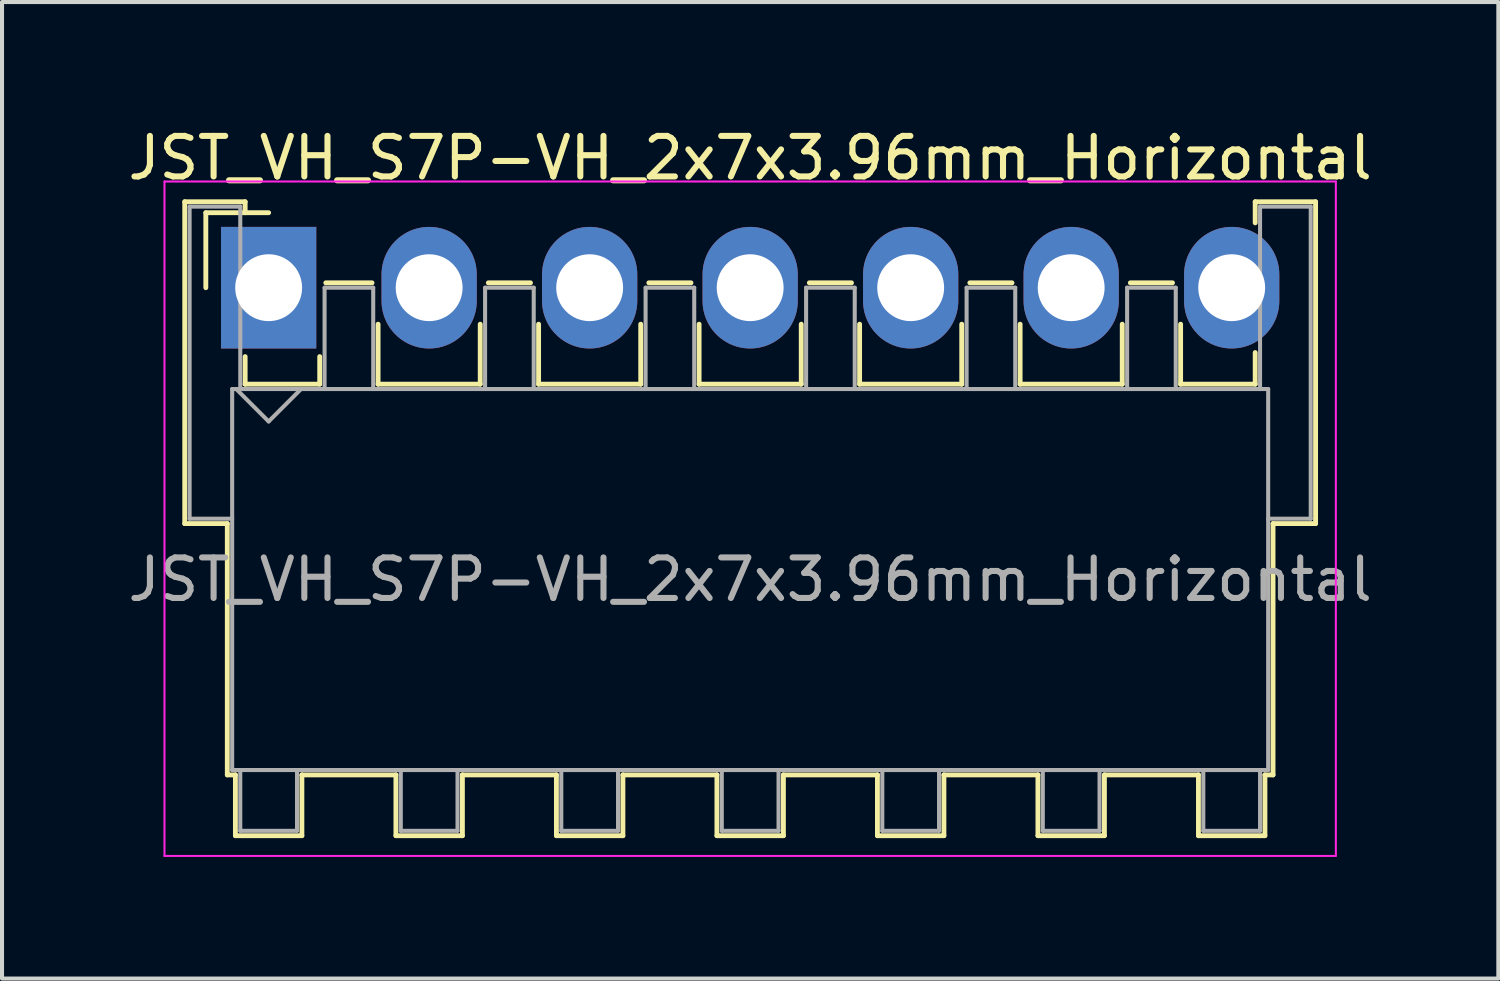
<source format=kicad_pcb>
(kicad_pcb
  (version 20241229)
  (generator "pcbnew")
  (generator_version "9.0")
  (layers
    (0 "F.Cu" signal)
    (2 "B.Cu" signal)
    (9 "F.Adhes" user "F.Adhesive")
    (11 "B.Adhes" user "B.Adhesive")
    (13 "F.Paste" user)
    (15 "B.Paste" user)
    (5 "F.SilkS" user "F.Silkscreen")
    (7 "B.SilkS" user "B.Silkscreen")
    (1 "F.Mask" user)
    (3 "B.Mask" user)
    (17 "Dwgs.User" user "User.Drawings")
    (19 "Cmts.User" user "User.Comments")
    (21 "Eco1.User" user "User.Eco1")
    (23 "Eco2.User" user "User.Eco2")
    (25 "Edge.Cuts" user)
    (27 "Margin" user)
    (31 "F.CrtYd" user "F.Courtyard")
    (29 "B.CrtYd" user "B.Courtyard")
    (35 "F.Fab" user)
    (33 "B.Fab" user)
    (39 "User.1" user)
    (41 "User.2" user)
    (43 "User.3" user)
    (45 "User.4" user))
  (footprint "JST_VH_S7P-VH_2x7x3.96mm_Horizontal"
    (layer "F.Cu")
    (at 3.578 4.048)
    (property "Reference" "JST_VH_S7P-VH_2x7x3.96mm_Horizontal" (at 11.88 -3.2 0) (layer "F.SilkS") (effects (font (size 1 1) (thickness 0.15))))
    (attr through_hole)
    (fp_line (start -2.07 -2.12) (end -0.58 -2.12) (stroke (width 0.12) (type solid)) (layer "F.SilkS"))
    (fp_line (start -2.07 5.82) (end -2.07 -2.12) (stroke (width 0.12) (type solid)) (layer "F.SilkS"))
    (fp_line (start -1.55 -1.85) (end -1.55 0) (stroke (width 0.12) (type solid)) (layer "F.SilkS"))
    (fp_line (start -1.02 5.82) (end -2.07 5.82) (stroke (width 0.12) (type solid)) (layer "F.SilkS"))
    (fp_line (start -1.02 5.82) (end -1.02 12.02) (stroke (width 0.12) (type solid)) (layer "F.SilkS"))
    (fp_line (start -1.02 12.02) (end -0.82 12.02) (stroke (width 0.12) (type solid)) (layer "F.SilkS"))
    (fp_line (start -0.82 12.02) (end -0.82 13.52) (stroke (width 0.12) (type solid)) (layer "F.SilkS"))
    (fp_line (start -0.82 13.52) (end 0.82 13.52) (stroke (width 0.12) (type solid)) (layer "F.SilkS"))
    (fp_line (start -0.58 -2.12) (end -0.58 -1.85) (stroke (width 0.12) (type solid)) (layer "F.SilkS"))
    (fp_line (start -0.58 1.7) (end -0.58 2.38) (stroke (width 0.12) (type solid)) (layer "F.SilkS"))
    (fp_line (start -0.58 2.38) (end 1.26 2.38) (stroke (width 0.12) (type solid)) (layer "F.SilkS"))
    (fp_line (start 0 -1.85) (end -1.55 -1.85) (stroke (width 0.12) (type solid)) (layer "F.SilkS"))
    (fp_line (start 0.82 12.02) (end 3.14 12.02) (stroke (width 0.12) (type solid)) (layer "F.SilkS"))
    (fp_line (start 0.82 13.52) (end 0.82 12.02) (stroke (width 0.12) (type solid)) (layer "F.SilkS"))
    (fp_line (start 1.26 2.38) (end 1.26 1.7) (stroke (width 0.12) (type solid)) (layer "F.SilkS"))
    (fp_line (start 1.41 -0.12) (end 2.55 -0.12) (stroke (width 0.12) (type solid)) (layer "F.SilkS"))
    (fp_line (start 2.7 0.9) (end 2.7 2.38) (stroke (width 0.12) (type solid)) (layer "F.SilkS"))
    (fp_line (start 2.7 2.38) (end 5.22 2.38) (stroke (width 0.12) (type solid)) (layer "F.SilkS"))
    (fp_line (start 3.14 12.02) (end 3.14 13.52) (stroke (width 0.12) (type solid)) (layer "F.SilkS"))
    (fp_line (start 3.14 13.52) (end 4.78 13.52) (stroke (width 0.12) (type solid)) (layer "F.SilkS"))
    (fp_line (start 4.78 12.02) (end 7.1 12.02) (stroke (width 0.12) (type solid)) (layer "F.SilkS"))
    (fp_line (start 4.78 13.52) (end 4.78 12.02) (stroke (width 0.12) (type solid)) (layer "F.SilkS"))
    (fp_line (start 5.22 2.38) (end 5.22 0.9) (stroke (width 0.12) (type solid)) (layer "F.SilkS"))
    (fp_line (start 5.42 -0.12) (end 6.46 -0.12) (stroke (width 0.12) (type solid)) (layer "F.SilkS"))
    (fp_line (start 6.66 0.9) (end 6.66 2.38) (stroke (width 0.12) (type solid)) (layer "F.SilkS"))
    (fp_line (start 6.66 2.38) (end 9.18 2.38) (stroke (width 0.12) (type solid)) (layer "F.SilkS"))
    (fp_line (start 7.1 12.02) (end 7.1 13.52) (stroke (width 0.12) (type solid)) (layer "F.SilkS"))
    (fp_line (start 7.1 13.52) (end 8.74 13.52) (stroke (width 0.12) (type solid)) (layer "F.SilkS"))
    (fp_line (start 8.74 12.02) (end 11.06 12.02) (stroke (width 0.12) (type solid)) (layer "F.SilkS"))
    (fp_line (start 8.74 13.52) (end 8.74 12.02) (stroke (width 0.12) (type solid)) (layer "F.SilkS"))
    (fp_line (start 9.18 2.38) (end 9.18 0.9) (stroke (width 0.12) (type solid)) (layer "F.SilkS"))
    (fp_line (start 9.38 -0.12) (end 10.42 -0.12) (stroke (width 0.12) (type solid)) (layer "F.SilkS"))
    (fp_line (start 10.62 0.9) (end 10.62 2.38) (stroke (width 0.12) (type solid)) (layer "F.SilkS"))
    (fp_line (start 10.62 2.38) (end 13.14 2.38) (stroke (width 0.12) (type solid)) (layer "F.SilkS"))
    (fp_line (start 11.06 12.02) (end 11.06 13.52) (stroke (width 0.12) (type solid)) (layer "F.SilkS"))
    (fp_line (start 11.06 13.52) (end 12.7 13.52) (stroke (width 0.12) (type solid)) (layer "F.SilkS"))
    (fp_line (start 12.7 12.02) (end 15.02 12.02) (stroke (width 0.12) (type solid)) (layer "F.SilkS"))
    (fp_line (start 12.7 13.52) (end 12.7 12.02) (stroke (width 0.12) (type solid)) (layer "F.SilkS"))
    (fp_line (start 13.14 2.38) (end 13.14 0.9) (stroke (width 0.12) (type solid)) (layer "F.SilkS"))
    (fp_line (start 13.34 -0.12) (end 14.38 -0.12) (stroke (width 0.12) (type solid)) (layer "F.SilkS"))
    (fp_line (start 14.58 0.9) (end 14.58 2.38) (stroke (width 0.12) (type solid)) (layer "F.SilkS"))
    (fp_line (start 14.58 2.38) (end 17.1 2.38) (stroke (width 0.12) (type solid)) (layer "F.SilkS"))
    (fp_line (start 15.02 12.02) (end 15.02 13.52) (stroke (width 0.12) (type solid)) (layer "F.SilkS"))
    (fp_line (start 15.02 13.52) (end 16.66 13.52) (stroke (width 0.12) (type solid)) (layer "F.SilkS"))
    (fp_line (start 16.66 12.02) (end 18.98 12.02) (stroke (width 0.12) (type solid)) (layer "F.SilkS"))
    (fp_line (start 16.66 13.52) (end 16.66 12.02) (stroke (width 0.12) (type solid)) (layer "F.SilkS"))
    (fp_line (start 17.1 2.38) (end 17.1 0.9) (stroke (width 0.12) (type solid)) (layer "F.SilkS"))
    (fp_line (start 17.3 -0.12) (end 18.34 -0.12) (stroke (width 0.12) (type solid)) (layer "F.SilkS"))
    (fp_line (start 18.54 0.9) (end 18.54 2.38) (stroke (width 0.12) (type solid)) (layer "F.SilkS"))
    (fp_line (start 18.54 2.38) (end 21.06 2.38) (stroke (width 0.12) (type solid)) (layer "F.SilkS"))
    (fp_line (start 18.98 12.02) (end 18.98 13.52) (stroke (width 0.12) (type solid)) (layer "F.SilkS"))
    (fp_line (start 18.98 13.52) (end 20.62 13.52) (stroke (width 0.12) (type solid)) (layer "F.SilkS"))
    (fp_line (start 20.62 12.02) (end 22.94 12.02) (stroke (width 0.12) (type solid)) (layer "F.SilkS"))
    (fp_line (start 20.62 13.52) (end 20.62 12.02) (stroke (width 0.12) (type solid)) (layer "F.SilkS"))
    (fp_line (start 21.06 2.38) (end 21.06 0.9) (stroke (width 0.12) (type solid)) (layer "F.SilkS"))
    (fp_line (start 21.26 -0.12) (end 22.3 -0.12) (stroke (width 0.12) (type solid)) (layer "F.SilkS"))
    (fp_line (start 22.5 0.9) (end 22.5 2.38) (stroke (width 0.12) (type solid)) (layer "F.SilkS"))
    (fp_line (start 22.5 2.38) (end 24.34 2.38) (stroke (width 0.12) (type solid)) (layer "F.SilkS"))
    (fp_line (start 22.94 12.02) (end 22.94 13.52) (stroke (width 0.12) (type solid)) (layer "F.SilkS"))
    (fp_line (start 22.94 13.52) (end 24.58 13.52) (stroke (width 0.12) (type solid)) (layer "F.SilkS"))
    (fp_line (start 24.34 -2.12) (end 25.83 -2.12) (stroke (width 0.12) (type solid)) (layer "F.SilkS"))
    (fp_line (start 24.34 -1.6) (end 24.34 -2.12) (stroke (width 0.12) (type solid)) (layer "F.SilkS"))
    (fp_line (start 24.34 2.38) (end 24.34 1.6) (stroke (width 0.12) (type solid)) (layer "F.SilkS"))
    (fp_line (start 24.58 12.02) (end 24.78 12.02) (stroke (width 0.12) (type solid)) (layer "F.SilkS"))
    (fp_line (start 24.58 13.52) (end 24.58 12.02) (stroke (width 0.12) (type solid)) (layer "F.SilkS"))
    (fp_line (start 24.78 12.02) (end 24.78 5.82) (stroke (width 0.12) (type solid)) (layer "F.SilkS"))
    (fp_line (start 25.83 -2.12) (end 25.83 5.82) (stroke (width 0.12) (type solid)) (layer "F.SilkS"))
    (fp_line (start 25.83 5.82) (end 24.78 5.82) (stroke (width 0.12) (type solid)) (layer "F.SilkS"))
    (fp_line (start -2.57 -2.62) (end -2.57 14.02) (stroke (width 0.05) (type solid)) (layer "F.CrtYd"))
    (fp_line (start -2.57 14.02) (end 26.33 14.02) (stroke (width 0.05) (type solid)) (layer "F.CrtYd"))
    (fp_line (start 26.33 -2.62) (end -2.57 -2.62) (stroke (width 0.05) (type solid)) (layer "F.CrtYd"))
    (fp_line (start 26.33 14.02) (end 26.33 -2.62) (stroke (width 0.05) (type solid)) (layer "F.CrtYd"))
    (fp_line (start -1.95 -2) (end -0.7 -2) (stroke (width 0.1) (type solid)) (layer "F.Fab"))
    (fp_line (start -1.95 5.7) (end -1.95 -2) (stroke (width 0.1) (type solid)) (layer "F.Fab"))
    (fp_line (start -0.9 2.5) (end -0.9 11.9) (stroke (width 0.1) (type solid)) (layer "F.Fab"))
    (fp_line (start -0.9 5.7) (end -1.95 5.7) (stroke (width 0.1) (type solid)) (layer "F.Fab"))
    (fp_line (start -0.9 11.9) (end 24.66 11.9) (stroke (width 0.1) (type solid)) (layer "F.Fab"))
    (fp_line (start -0.8 2.5) (end 0 3.3) (stroke (width 0.1) (type solid)) (layer "F.Fab"))
    (fp_line (start -0.7 -2) (end -0.7 2.5) (stroke (width 0.1) (type solid)) (layer "F.Fab"))
    (fp_line (start -0.7 11.9) (end -0.7 13.4) (stroke (width 0.1) (type solid)) (layer "F.Fab"))
    (fp_line (start -0.7 13.4) (end 0.7 13.4) (stroke (width 0.1) (type solid)) (layer "F.Fab"))
    (fp_line (start 0 3.3) (end 0.8 2.5) (stroke (width 0.1) (type solid)) (layer "F.Fab"))
    (fp_line (start 0.7 13.4) (end 0.7 11.9) (stroke (width 0.1) (type solid)) (layer "F.Fab"))
    (fp_line (start 1.38 0) (end 2.58 0) (stroke (width 0.1) (type solid)) (layer "F.Fab"))
    (fp_line (start 1.38 2.5) (end 1.38 0) (stroke (width 0.1) (type solid)) (layer "F.Fab"))
    (fp_line (start 2.58 0) (end 2.58 2.5) (stroke (width 0.1) (type solid)) (layer "F.Fab"))
    (fp_line (start 3.26 11.9) (end 3.26 13.4) (stroke (width 0.1) (type solid)) (layer "F.Fab"))
    (fp_line (start 3.26 13.4) (end 4.66 13.4) (stroke (width 0.1) (type solid)) (layer "F.Fab"))
    (fp_line (start 4.66 13.4) (end 4.66 11.9) (stroke (width 0.1) (type solid)) (layer "F.Fab"))
    (fp_line (start 5.34 0) (end 6.54 0) (stroke (width 0.1) (type solid)) (layer "F.Fab"))
    (fp_line (start 5.34 2.5) (end 5.34 0) (stroke (width 0.1) (type solid)) (layer "F.Fab"))
    (fp_line (start 6.54 0) (end 6.54 2.5) (stroke (width 0.1) (type solid)) (layer "F.Fab"))
    (fp_line (start 7.22 11.9) (end 7.22 13.4) (stroke (width 0.1) (type solid)) (layer "F.Fab"))
    (fp_line (start 7.22 13.4) (end 8.62 13.4) (stroke (width 0.1) (type solid)) (layer "F.Fab"))
    (fp_line (start 8.62 13.4) (end 8.62 11.9) (stroke (width 0.1) (type solid)) (layer "F.Fab"))
    (fp_line (start 9.3 0) (end 10.5 0) (stroke (width 0.1) (type solid)) (layer "F.Fab"))
    (fp_line (start 9.3 2.5) (end 9.3 0) (stroke (width 0.1) (type solid)) (layer "F.Fab"))
    (fp_line (start 10.5 0) (end 10.5 2.5) (stroke (width 0.1) (type solid)) (layer "F.Fab"))
    (fp_line (start 11.18 11.9) (end 11.18 13.4) (stroke (width 0.1) (type solid)) (layer "F.Fab"))
    (fp_line (start 11.18 13.4) (end 12.58 13.4) (stroke (width 0.1) (type solid)) (layer "F.Fab"))
    (fp_line (start 12.58 13.4) (end 12.58 11.9) (stroke (width 0.1) (type solid)) (layer "F.Fab"))
    (fp_line (start 13.26 0) (end 14.46 0) (stroke (width 0.1) (type solid)) (layer "F.Fab"))
    (fp_line (start 13.26 2.5) (end 13.26 0) (stroke (width 0.1) (type solid)) (layer "F.Fab"))
    (fp_line (start 14.46 0) (end 14.46 2.5) (stroke (width 0.1) (type solid)) (layer "F.Fab"))
    (fp_line (start 15.14 11.9) (end 15.14 13.4) (stroke (width 0.1) (type solid)) (layer "F.Fab"))
    (fp_line (start 15.14 13.4) (end 16.54 13.4) (stroke (width 0.1) (type solid)) (layer "F.Fab"))
    (fp_line (start 16.54 13.4) (end 16.54 11.9) (stroke (width 0.1) (type solid)) (layer "F.Fab"))
    (fp_line (start 17.22 0) (end 18.42 0) (stroke (width 0.1) (type solid)) (layer "F.Fab"))
    (fp_line (start 17.22 2.5) (end 17.22 0) (stroke (width 0.1) (type solid)) (layer "F.Fab"))
    (fp_line (start 18.42 0) (end 18.42 2.5) (stroke (width 0.1) (type solid)) (layer "F.Fab"))
    (fp_line (start 19.1 11.9) (end 19.1 13.4) (stroke (width 0.1) (type solid)) (layer "F.Fab"))
    (fp_line (start 19.1 13.4) (end 20.5 13.4) (stroke (width 0.1) (type solid)) (layer "F.Fab"))
    (fp_line (start 20.5 13.4) (end 20.5 11.9) (stroke (width 0.1) (type solid)) (layer "F.Fab"))
    (fp_line (start 21.18 0) (end 22.38 0) (stroke (width 0.1) (type solid)) (layer "F.Fab"))
    (fp_line (start 21.18 2.5) (end 21.18 0) (stroke (width 0.1) (type solid)) (layer "F.Fab"))
    (fp_line (start 22.38 0) (end 22.38 2.5) (stroke (width 0.1) (type solid)) (layer "F.Fab"))
    (fp_line (start 23.06 11.9) (end 23.06 13.4) (stroke (width 0.1) (type solid)) (layer "F.Fab"))
    (fp_line (start 23.06 13.4) (end 24.46 13.4) (stroke (width 0.1) (type solid)) (layer "F.Fab"))
    (fp_line (start 24.46 -2) (end 25.71 -2) (stroke (width 0.1) (type solid)) (layer "F.Fab"))
    (fp_line (start 24.46 2.5) (end 24.46 -2) (stroke (width 0.1) (type solid)) (layer "F.Fab"))
    (fp_line (start 24.46 13.4) (end 24.46 11.9) (stroke (width 0.1) (type solid)) (layer "F.Fab"))
    (fp_line (start 24.66 2.5) (end -0.9 2.5) (stroke (width 0.1) (type solid)) (layer "F.Fab"))
    (fp_line (start 24.66 11.9) (end 24.66 2.5) (stroke (width 0.1) (type solid)) (layer "F.Fab"))
    (fp_line (start 25.71 -2) (end 25.71 5.7) (stroke (width 0.1) (type solid)) (layer "F.Fab"))
    (fp_line (start 25.71 5.7) (end 24.66 5.7) (stroke (width 0.1) (type solid)) (layer "F.Fab"))
    (fp_text user "${REFERENCE}" (at 11.88 7.2 0) (layer "F.Fab") (effects (font (size 1 1) (thickness 0.15))))
    (pad "1" thru_hole rect (at 0 0) (size 2.35 3) (drill 1.65) (layers "*.Cu" "*.Mask"))
    (pad "2" thru_hole oval (at 3.96 0) (size 2.35 3) (drill 1.65) (layers "*.Cu" "*.Mask"))
    (pad "3" thru_hole oval (at 7.92 0) (size 2.35 3) (drill 1.65) (layers "*.Cu" "*.Mask"))
    (pad "4" thru_hole oval (at 11.88 0) (size 2.35 3) (drill 1.65) (layers "*.Cu" "*.Mask"))
    (pad "5" thru_hole oval (at 15.84 0) (size 2.35 3) (drill 1.65) (layers "*.Cu" "*.Mask"))
    (pad "6" thru_hole oval (at 19.8 0) (size 2.35 3) (drill 1.65) (layers "*.Cu" "*.Mask"))
    (pad "7" thru_hole oval (at 23.76 0) (size 2.35 3) (drill 1.65) (layers "*.Cu" "*.Mask")))
  (gr_rect
    (start -3 -3)
    (end 33.917 21.093)
    (stroke (width 0.1) (type default))
    (fill no)
    (layer "Edge.Cuts")))
</source>
